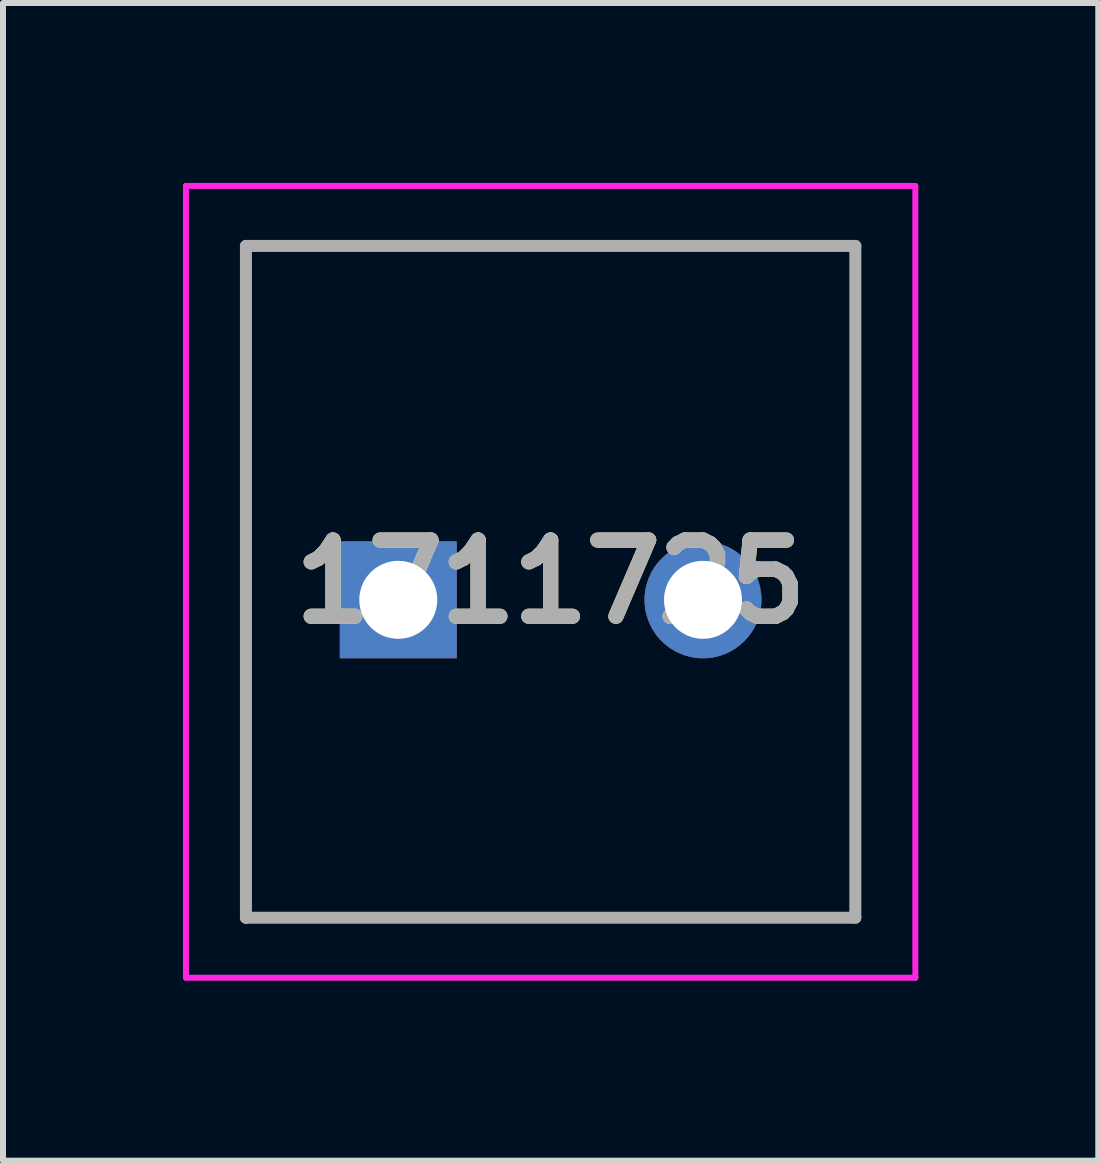
<source format=kicad_pcb>
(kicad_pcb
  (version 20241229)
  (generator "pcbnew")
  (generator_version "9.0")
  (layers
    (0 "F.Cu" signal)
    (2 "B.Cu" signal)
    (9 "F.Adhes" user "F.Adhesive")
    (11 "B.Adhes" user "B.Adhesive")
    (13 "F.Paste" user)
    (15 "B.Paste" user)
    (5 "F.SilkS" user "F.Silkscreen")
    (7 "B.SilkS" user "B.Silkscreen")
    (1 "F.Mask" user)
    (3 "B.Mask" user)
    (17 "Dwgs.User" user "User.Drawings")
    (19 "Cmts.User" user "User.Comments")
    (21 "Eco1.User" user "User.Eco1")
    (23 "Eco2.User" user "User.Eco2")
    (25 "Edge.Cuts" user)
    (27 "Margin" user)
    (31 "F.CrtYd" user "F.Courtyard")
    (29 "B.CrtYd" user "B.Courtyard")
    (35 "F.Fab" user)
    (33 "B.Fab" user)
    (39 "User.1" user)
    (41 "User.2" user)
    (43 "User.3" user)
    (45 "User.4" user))
  (footprint "1711725"
    (layer "F.Cu")
    (at 3.59 6.95)
    (property "Reference" "1711725" (at 2.54 -0.3 0) (layer "F.SilkS") (effects (font (size 1.27 1.27) (thickness 0.254))))
    (attr through_hole)
    (fp_line (start -2.54 -5.9) (end 7.62 -5.9) (stroke (width 0.1) (type solid)) (layer "F.SilkS"))
    (fp_line (start -2.54 5.3) (end -2.54 -5.9) (stroke (width 0.1) (type solid)) (layer "F.SilkS"))
    (fp_line (start 7.62 -5.9) (end 7.62 5.3) (stroke (width 0.1) (type solid)) (layer "F.SilkS"))
    (fp_line (start 7.62 5.3) (end -2.54 5.3) (stroke (width 0.1) (type solid)) (layer "F.SilkS"))
    (fp_line (start -3.54 -6.9) (end 8.62 -6.9) (stroke (width 0.1) (type solid)) (layer "F.CrtYd"))
    (fp_line (start -3.54 6.3) (end -3.54 -6.9) (stroke (width 0.1) (type solid)) (layer "F.CrtYd"))
    (fp_line (start 8.62 -6.9) (end 8.62 6.3) (stroke (width 0.1) (type solid)) (layer "F.CrtYd"))
    (fp_line (start 8.62 6.3) (end -3.54 6.3) (stroke (width 0.1) (type solid)) (layer "F.CrtYd"))
    (fp_line (start -2.54 -5.9) (end 7.62 -5.9) (stroke (width 0.2) (type solid)) (layer "F.Fab"))
    (fp_line (start -2.54 5.3) (end -2.54 -5.9) (stroke (width 0.2) (type solid)) (layer "F.Fab"))
    (fp_line (start 7.62 -5.9) (end 7.62 5.3) (stroke (width 0.2) (type solid)) (layer "F.Fab"))
    (fp_line (start 7.62 5.3) (end -2.54 5.3) (stroke (width 0.2) (type solid)) (layer "F.Fab"))
    (fp_text user "${REFERENCE}" (at 2.54 -0.3 0) (layer "F.Fab") (effects (font (size 1.27 1.27) (thickness 0.254))))
    (pad "1" thru_hole rect (at 0 0) (size 1.95 1.95) (drill 1.3) (layers "*.Cu" "*.Mask"))
    (pad "2" thru_hole circle (at 5.08 0) (size 1.95 1.95) (drill 1.3) (layers "*.Cu" "*.Mask")))
  (gr_rect
    (start -3 -3)
    (end 15.26 16.3)
    (stroke (width 0.1) (type default))
    (fill no)
    (layer "Edge.Cuts")))
</source>
